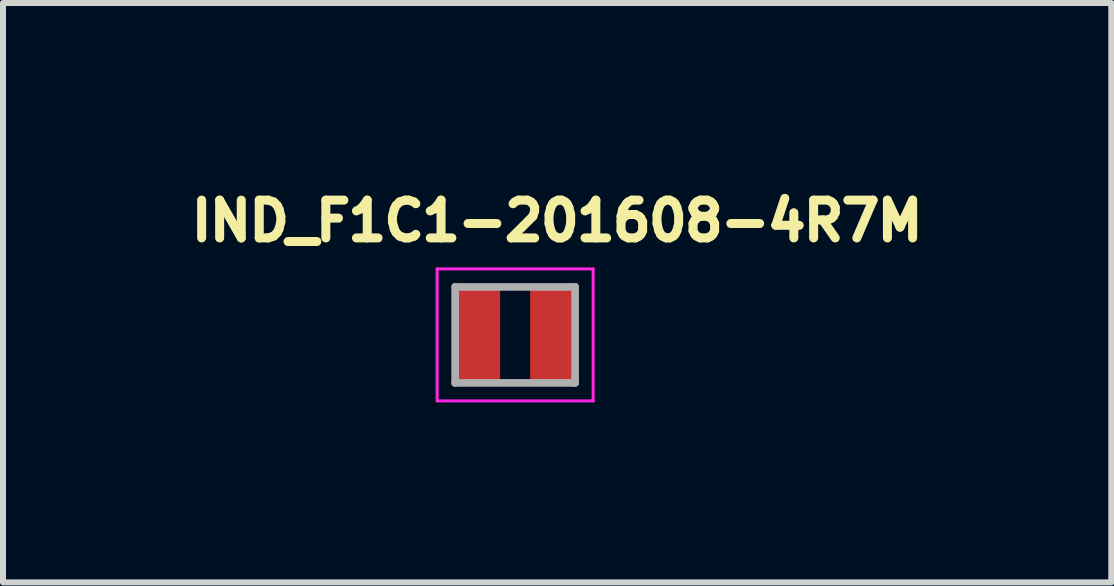
<source format=kicad_pcb>
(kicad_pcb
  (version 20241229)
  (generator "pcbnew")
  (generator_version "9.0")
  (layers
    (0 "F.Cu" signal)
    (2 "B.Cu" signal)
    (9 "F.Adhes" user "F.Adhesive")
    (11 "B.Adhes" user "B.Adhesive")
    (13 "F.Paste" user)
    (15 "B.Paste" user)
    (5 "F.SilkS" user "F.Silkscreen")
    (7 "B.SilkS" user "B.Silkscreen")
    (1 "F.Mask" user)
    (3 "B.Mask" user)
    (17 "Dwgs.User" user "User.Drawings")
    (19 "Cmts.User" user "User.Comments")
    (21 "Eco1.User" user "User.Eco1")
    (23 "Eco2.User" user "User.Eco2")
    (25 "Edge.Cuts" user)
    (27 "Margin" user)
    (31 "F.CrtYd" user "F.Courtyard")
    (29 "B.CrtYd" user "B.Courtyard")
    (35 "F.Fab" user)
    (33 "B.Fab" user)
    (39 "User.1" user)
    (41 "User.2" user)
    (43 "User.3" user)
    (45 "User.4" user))
  (footprint "IND_F1C1-201608-4R7M"
    (layer "F.Cu")
    (at 5.536 2.532)
    (property "Reference" "IND_F1C1-201608-4R7M" (at 0.7 -1.9 0) (layer "F.SilkS") (effects (font (size 0.63 0.63) (thickness 0.15))))
    (attr smd)
    (fp_line (start -1.3 -1.1) (end -1.3 1.1) (stroke (width 0.05) (type solid)) (layer "F.CrtYd"))
    (fp_line (start -1.3 1.1) (end 1.3 1.1) (stroke (width 0.05) (type solid)) (layer "F.CrtYd"))
    (fp_line (start 1.3 -1.1) (end -1.3 -1.1) (stroke (width 0.05) (type solid)) (layer "F.CrtYd"))
    (fp_line (start 1.3 1.1) (end 1.3 -1.1) (stroke (width 0.05) (type solid)) (layer "F.CrtYd"))
    (fp_line (start -1 -0.8) (end -1 0.8) (stroke (width 0.127) (type solid)) (layer "F.Fab"))
    (fp_line (start -1 0.8) (end 1 0.8) (stroke (width 0.127) (type solid)) (layer "F.Fab"))
    (fp_line (start 1 -0.8) (end -1 -0.8) (stroke (width 0.127) (type solid)) (layer "F.Fab"))
    (fp_line (start 1 0.8) (end 1 -0.8) (stroke (width 0.127) (type solid)) (layer "F.Fab"))
    (pad "1" smd rect (at -0.65 0) (size 0.8 1.7) (layers "F.Cu" "F.Mask" "F.Paste"))
    (pad "2" smd rect (at 0.65 0) (size 0.8 1.7) (layers "F.Cu" "F.Mask" "F.Paste")))
  (gr_rect
    (start -3 -3)
    (end 15.472 6.657)
    (stroke (width 0.1) (type default))
    (fill no)
    (layer "Edge.Cuts")))
</source>
